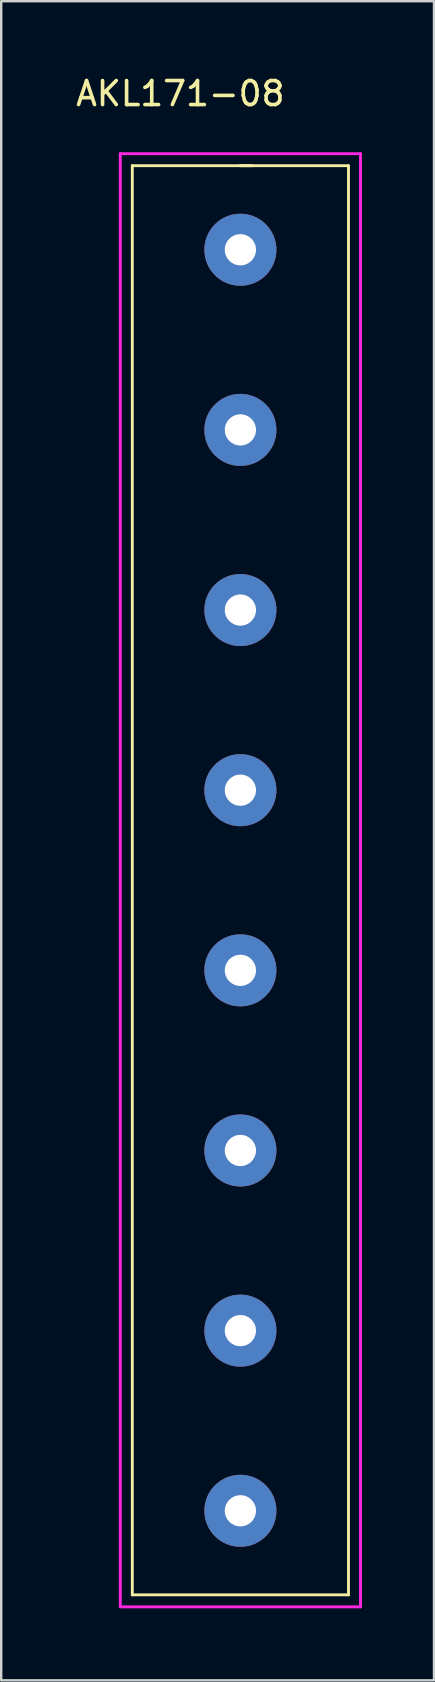
<source format=kicad_pcb>
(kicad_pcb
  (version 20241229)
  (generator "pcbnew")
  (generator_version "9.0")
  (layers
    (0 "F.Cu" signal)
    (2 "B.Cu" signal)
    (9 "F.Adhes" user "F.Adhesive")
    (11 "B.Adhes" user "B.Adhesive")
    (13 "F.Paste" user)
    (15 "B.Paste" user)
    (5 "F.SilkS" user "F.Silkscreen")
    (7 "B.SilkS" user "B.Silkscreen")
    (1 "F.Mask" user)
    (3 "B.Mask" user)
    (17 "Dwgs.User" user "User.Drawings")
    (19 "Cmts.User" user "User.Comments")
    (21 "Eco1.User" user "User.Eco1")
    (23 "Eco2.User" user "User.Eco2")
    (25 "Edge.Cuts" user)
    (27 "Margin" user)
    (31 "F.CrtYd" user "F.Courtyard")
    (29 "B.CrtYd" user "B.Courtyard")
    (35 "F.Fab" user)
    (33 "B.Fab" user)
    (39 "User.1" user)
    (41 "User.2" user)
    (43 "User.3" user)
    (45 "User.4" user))
  (footprint "AKL171-08"
    (layer "F.Cu")
    (at 6.958 4.348)
    (property "Reference" "AKL171-08" (at -2.5 -3.5 0) (layer "F.SilkS") (effects (font (size 1 1) (thickness 0.15))))
    (attr through_hole)
    (fp_line (start -4.5 -0.5) (end 0 -0.5) (stroke (width 0.12) (type solid)) (layer "F.SilkS"))
    (fp_line (start -4.5 59) (end -4.5 -0.5) (stroke (width 0.12) (type solid)) (layer "F.SilkS"))
    (fp_line (start 0 -0.5) (end 0.5 -0.5) (stroke (width 0.12) (type solid)) (layer "F.SilkS"))
    (fp_line (start 0 -0.5) (end 4.5 -0.5) (stroke (width 0.12) (type solid)) (layer "F.SilkS"))
    (fp_line (start 4.5 -0.5) (end 4.5 59) (stroke (width 0.12) (type solid)) (layer "F.SilkS"))
    (fp_line (start 4.5 59) (end -4.5 59) (stroke (width 0.12) (type solid)) (layer "F.SilkS"))
    (fp_line (start -5 -1) (end 5 -1) (stroke (width 0.12) (type solid)) (layer "F.CrtYd"))
    (fp_line (start -5 59.5) (end -5 -1) (stroke (width 0.12) (type solid)) (layer "F.CrtYd"))
    (fp_line (start 5 -1) (end 5 59.5) (stroke (width 0.12) (type solid)) (layer "F.CrtYd"))
    (fp_line (start 5 59.5) (end -5 59.5) (stroke (width 0.12) (type solid)) (layer "F.CrtYd"))
    (pad "1" thru_hole circle (at 0 3) (size 3 3) (drill 1.3) (layers "*.Cu" "*.Mask"))
    (pad "2" thru_hole circle (at 0 10.5) (size 3 3) (drill 1.3) (layers "*.Cu" "*.Mask"))
    (pad "3" thru_hole circle (at 0 18) (size 3 3) (drill 1.3) (layers "*.Cu" "*.Mask"))
    (pad "4" thru_hole circle (at 0 25.5) (size 3 3) (drill 1.3) (layers "*.Cu" "*.Mask"))
    (pad "5" thru_hole circle (at 0 33) (size 3 3) (drill 1.3) (layers "*.Cu" "*.Mask"))
    (pad "6" thru_hole circle (at 0 40.5) (size 3 3) (drill 1.3) (layers "*.Cu" "*.Mask"))
    (pad "7" thru_hole circle (at 0 48) (size 3 3) (drill 1.3) (layers "*.Cu" "*.Mask"))
    (pad "8" thru_hole circle (at 0 55.5) (size 3 3) (drill 1.3) (layers "*.Cu" "*.Mask")))
  (gr_rect
    (start -3 -3)
    (end 15.018 66.908)
    (stroke (width 0.1) (type default))
    (fill no)
    (layer "Edge.Cuts")))
</source>
